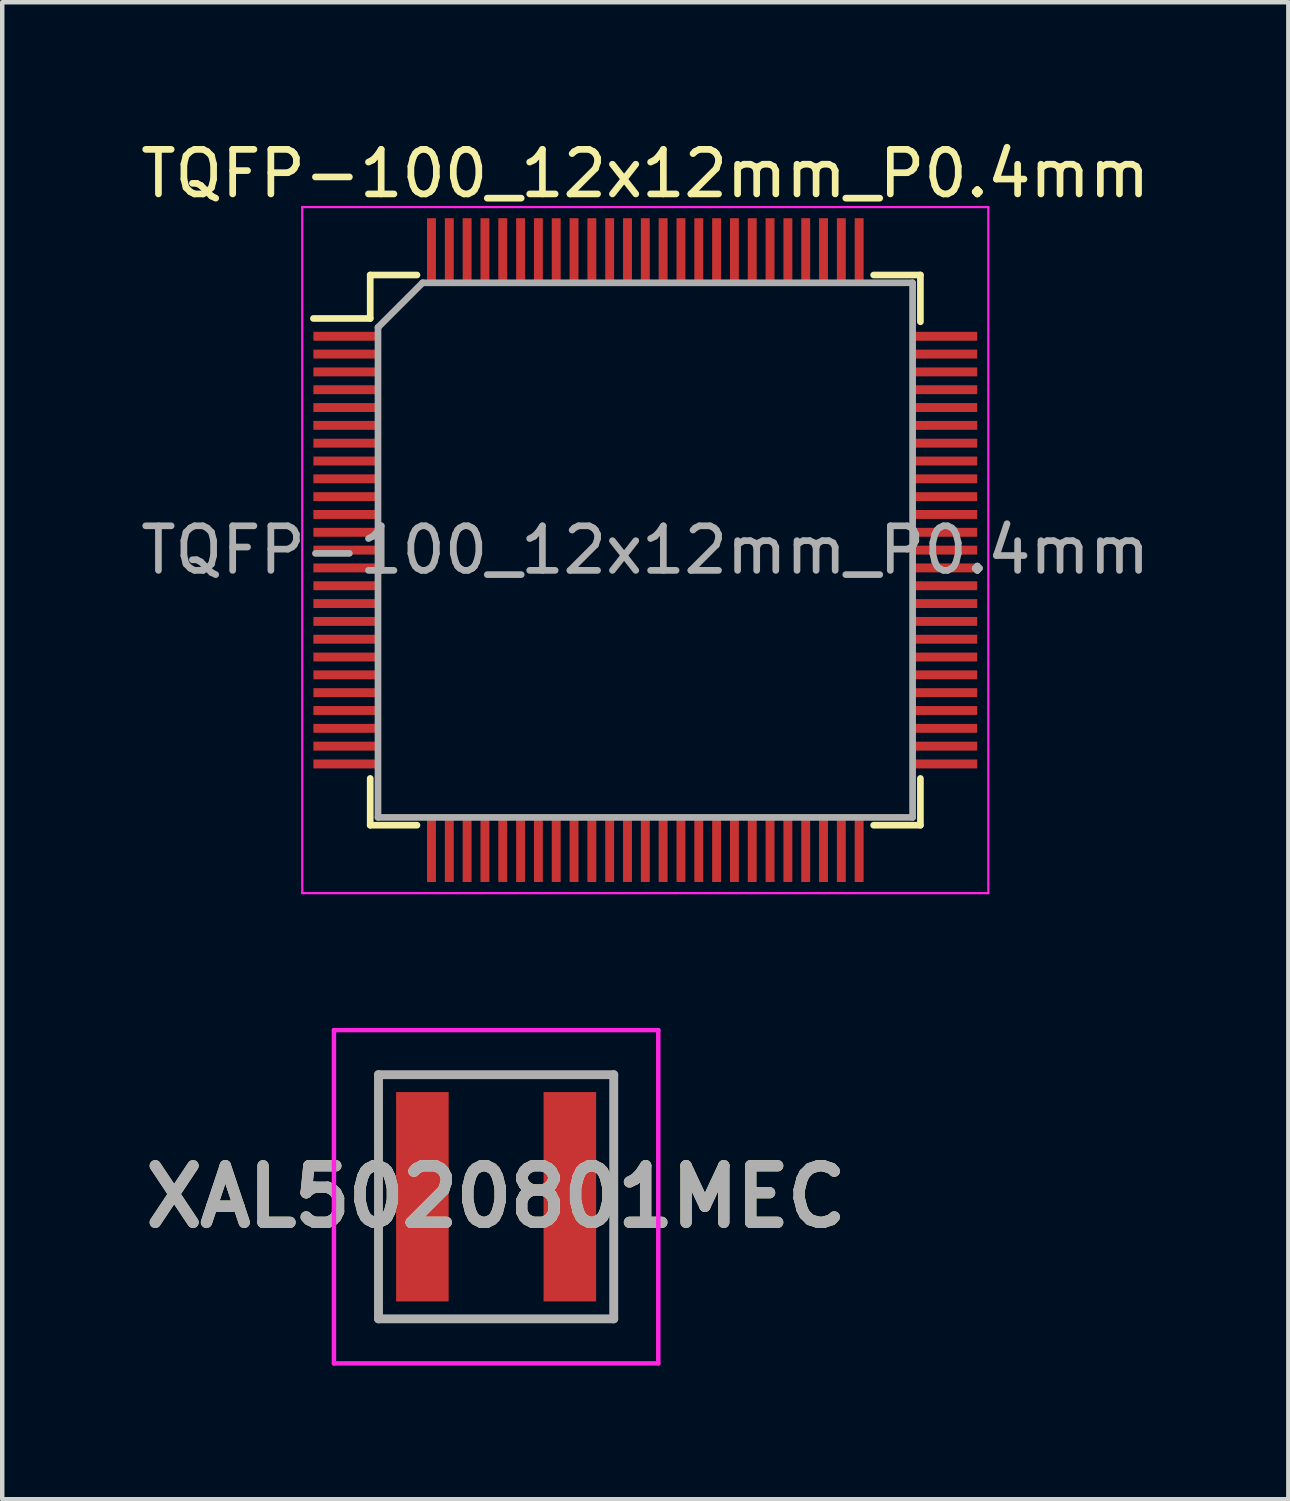
<source format=kicad_pcb>
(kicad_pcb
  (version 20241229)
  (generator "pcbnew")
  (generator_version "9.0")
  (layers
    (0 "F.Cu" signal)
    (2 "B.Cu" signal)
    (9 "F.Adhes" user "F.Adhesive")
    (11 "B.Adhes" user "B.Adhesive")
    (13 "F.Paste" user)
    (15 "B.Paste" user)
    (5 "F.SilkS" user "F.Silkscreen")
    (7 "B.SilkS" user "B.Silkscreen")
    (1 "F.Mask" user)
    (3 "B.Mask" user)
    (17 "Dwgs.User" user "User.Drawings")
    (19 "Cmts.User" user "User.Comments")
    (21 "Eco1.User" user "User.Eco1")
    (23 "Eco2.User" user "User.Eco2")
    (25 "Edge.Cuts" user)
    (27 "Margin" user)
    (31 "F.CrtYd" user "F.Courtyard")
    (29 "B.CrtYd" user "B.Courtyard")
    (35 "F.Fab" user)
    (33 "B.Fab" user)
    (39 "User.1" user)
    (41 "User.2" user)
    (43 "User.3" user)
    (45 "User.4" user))
  (footprint "TQFP-100_12x12mm_P0.4mm"
    (layer "F.Cu")
    (at 11.435 9.298)
    (property "Reference" "TQFP-100_12x12mm_P0.4mm" (at 0 -8.45 0) (layer "F.SilkS") (effects (font (size 1 1) (thickness 0.15))))
    (attr smd)
    (fp_line (start -6.175 -6.175) (end -6.175 -5.2) (stroke (width 0.15) (type solid)) (layer "F.SilkS"))
    (fp_line (start -6.175 -6.175) (end -5.125 -6.175) (stroke (width 0.15) (type solid)) (layer "F.SilkS"))
    (fp_line (start -6.175 -5.2) (end -7.45 -5.2) (stroke (width 0.15) (type solid)) (layer "F.SilkS"))
    (fp_line (start -6.175 6.175) (end -6.175 5.125) (stroke (width 0.15) (type solid)) (layer "F.SilkS"))
    (fp_line (start -6.175 6.175) (end -5.125 6.175) (stroke (width 0.15) (type solid)) (layer "F.SilkS"))
    (fp_line (start 6.175 -6.175) (end 5.125 -6.175) (stroke (width 0.15) (type solid)) (layer "F.SilkS"))
    (fp_line (start 6.175 -6.175) (end 6.175 -5.125) (stroke (width 0.15) (type solid)) (layer "F.SilkS"))
    (fp_line (start 6.175 6.175) (end 5.125 6.175) (stroke (width 0.15) (type solid)) (layer "F.SilkS"))
    (fp_line (start 6.175 6.175) (end 6.175 5.125) (stroke (width 0.15) (type solid)) (layer "F.SilkS"))
    (fp_line (start -7.7 -7.7) (end -7.7 7.7) (stroke (width 0.05) (type solid)) (layer "F.CrtYd"))
    (fp_line (start -7.7 -7.7) (end 7.7 -7.7) (stroke (width 0.05) (type solid)) (layer "F.CrtYd"))
    (fp_line (start -7.7 7.7) (end 7.7 7.7) (stroke (width 0.05) (type solid)) (layer "F.CrtYd"))
    (fp_line (start 7.7 -7.7) (end 7.7 7.7) (stroke (width 0.05) (type solid)) (layer "F.CrtYd"))
    (fp_line (start -6 -5) (end -5 -6) (stroke (width 0.15) (type solid)) (layer "F.Fab"))
    (fp_line (start -6 6) (end -6 -5) (stroke (width 0.15) (type solid)) (layer "F.Fab"))
    (fp_line (start -5 -6) (end 6 -6) (stroke (width 0.15) (type solid)) (layer "F.Fab"))
    (fp_line (start 6 -6) (end 6 6) (stroke (width 0.15) (type solid)) (layer "F.Fab"))
    (fp_line (start 6 6) (end -6 6) (stroke (width 0.15) (type solid)) (layer "F.Fab"))
    (fp_text user "${REFERENCE}" (at 0 0 0) (layer "F.Fab") (effects (font (size 1 1) (thickness 0.15))))
    (pad "1" smd rect (at -6.7 -4.8) (size 1.5 0.2) (layers "F.Cu" "F.Mask" "F.Paste"))
    (pad "2" smd rect (at -6.7 -4.4) (size 1.5 0.2) (layers "F.Cu" "F.Mask" "F.Paste"))
    (pad "3" smd rect (at -6.7 -4) (size 1.5 0.2) (layers "F.Cu" "F.Mask" "F.Paste"))
    (pad "4" smd rect (at -6.7 -3.6) (size 1.5 0.2) (layers "F.Cu" "F.Mask" "F.Paste"))
    (pad "5" smd rect (at -6.7 -3.2) (size 1.5 0.2) (layers "F.Cu" "F.Mask" "F.Paste"))
    (pad "6" smd rect (at -6.7 -2.8) (size 1.5 0.2) (layers "F.Cu" "F.Mask" "F.Paste"))
    (pad "7" smd rect (at -6.7 -2.4) (size 1.5 0.2) (layers "F.Cu" "F.Mask" "F.Paste"))
    (pad "8" smd rect (at -6.7 -2) (size 1.5 0.2) (layers "F.Cu" "F.Mask" "F.Paste"))
    (pad "9" smd rect (at -6.7 -1.6) (size 1.5 0.2) (layers "F.Cu" "F.Mask" "F.Paste"))
    (pad "10" smd rect (at -6.7 -1.2) (size 1.5 0.2) (layers "F.Cu" "F.Mask" "F.Paste"))
    (pad "11" smd rect (at -6.7 -0.8) (size 1.5 0.2) (layers "F.Cu" "F.Mask" "F.Paste"))
    (pad "12" smd rect (at -6.7 -0.4) (size 1.5 0.2) (layers "F.Cu" "F.Mask" "F.Paste"))
    (pad "13" smd rect (at -6.7 0) (size 1.5 0.2) (layers "F.Cu" "F.Mask" "F.Paste"))
    (pad "14" smd rect (at -6.7 0.4) (size 1.5 0.2) (layers "F.Cu" "F.Mask" "F.Paste"))
    (pad "15" smd rect (at -6.7 0.8) (size 1.5 0.2) (layers "F.Cu" "F.Mask" "F.Paste"))
    (pad "16" smd rect (at -6.7 1.2) (size 1.5 0.2) (layers "F.Cu" "F.Mask" "F.Paste"))
    (pad "17" smd rect (at -6.7 1.6) (size 1.5 0.2) (layers "F.Cu" "F.Mask" "F.Paste"))
    (pad "18" smd rect (at -6.7 2) (size 1.5 0.2) (layers "F.Cu" "F.Mask" "F.Paste"))
    (pad "19" smd rect (at -6.7 2.4) (size 1.5 0.2) (layers "F.Cu" "F.Mask" "F.Paste"))
    (pad "20" smd rect (at -6.7 2.8) (size 1.5 0.2) (layers "F.Cu" "F.Mask" "F.Paste"))
    (pad "21" smd rect (at -6.7 3.2) (size 1.5 0.2) (layers "F.Cu" "F.Mask" "F.Paste"))
    (pad "22" smd rect (at -6.7 3.6) (size 1.5 0.2) (layers "F.Cu" "F.Mask" "F.Paste"))
    (pad "23" smd rect (at -6.7 4) (size 1.5 0.2) (layers "F.Cu" "F.Mask" "F.Paste"))
    (pad "24" smd rect (at -6.7 4.4) (size 1.5 0.2) (layers "F.Cu" "F.Mask" "F.Paste"))
    (pad "25" smd rect (at -6.7 4.8) (size 1.5 0.2) (layers "F.Cu" "F.Mask" "F.Paste"))
    (pad "26" smd rect (at -4.8 6.7 90) (size 1.5 0.2) (layers "F.Cu" "F.Mask" "F.Paste"))
    (pad "27" smd rect (at -4.4 6.7 90) (size 1.5 0.2) (layers "F.Cu" "F.Mask" "F.Paste"))
    (pad "28" smd rect (at -4 6.7 90) (size 1.5 0.2) (layers "F.Cu" "F.Mask" "F.Paste"))
    (pad "29" smd rect (at -3.6 6.7 90) (size 1.5 0.2) (layers "F.Cu" "F.Mask" "F.Paste"))
    (pad "30" smd rect (at -3.2 6.7 90) (size 1.5 0.2) (layers "F.Cu" "F.Mask" "F.Paste"))
    (pad "31" smd rect (at -2.8 6.7 90) (size 1.5 0.2) (layers "F.Cu" "F.Mask" "F.Paste"))
    (pad "32" smd rect (at -2.4 6.7 90) (size 1.5 0.2) (layers "F.Cu" "F.Mask" "F.Paste"))
    (pad "33" smd rect (at -2 6.7 90) (size 1.5 0.2) (layers "F.Cu" "F.Mask" "F.Paste"))
    (pad "34" smd rect (at -1.6 6.7 90) (size 1.5 0.2) (layers "F.Cu" "F.Mask" "F.Paste"))
    (pad "35" smd rect (at -1.2 6.7 90) (size 1.5 0.2) (layers "F.Cu" "F.Mask" "F.Paste"))
    (pad "36" smd rect (at -0.8 6.7 90) (size 1.5 0.2) (layers "F.Cu" "F.Mask" "F.Paste"))
    (pad "37" smd rect (at -0.4 6.7 90) (size 1.5 0.2) (layers "F.Cu" "F.Mask" "F.Paste"))
    (pad "38" smd rect (at 0 6.7 90) (size 1.5 0.2) (layers "F.Cu" "F.Mask" "F.Paste"))
    (pad "39" smd rect (at 0.4 6.7 90) (size 1.5 0.2) (layers "F.Cu" "F.Mask" "F.Paste"))
    (pad "40" smd rect (at 0.8 6.7 90) (size 1.5 0.2) (layers "F.Cu" "F.Mask" "F.Paste"))
    (pad "41" smd rect (at 1.2 6.7 90) (size 1.5 0.2) (layers "F.Cu" "F.Mask" "F.Paste"))
    (pad "42" smd rect (at 1.6 6.7 90) (size 1.5 0.2) (layers "F.Cu" "F.Mask" "F.Paste"))
    (pad "43" smd rect (at 2 6.7 90) (size 1.5 0.2) (layers "F.Cu" "F.Mask" "F.Paste"))
    (pad "44" smd rect (at 2.4 6.7 90) (size 1.5 0.2) (layers "F.Cu" "F.Mask" "F.Paste"))
    (pad "45" smd rect (at 2.8 6.7 90) (size 1.5 0.2) (layers "F.Cu" "F.Mask" "F.Paste"))
    (pad "46" smd rect (at 3.2 6.7 90) (size 1.5 0.2) (layers "F.Cu" "F.Mask" "F.Paste"))
    (pad "47" smd rect (at 3.6 6.7 90) (size 1.5 0.2) (layers "F.Cu" "F.Mask" "F.Paste"))
    (pad "48" smd rect (at 4 6.7 90) (size 1.5 0.2) (layers "F.Cu" "F.Mask" "F.Paste"))
    (pad "49" smd rect (at 4.4 6.7 90) (size 1.5 0.2) (layers "F.Cu" "F.Mask" "F.Paste"))
    (pad "50" smd rect (at 4.8 6.7 90) (size 1.5 0.2) (layers "F.Cu" "F.Mask" "F.Paste"))
    (pad "51" smd rect (at 6.7 4.8) (size 1.5 0.2) (layers "F.Cu" "F.Mask" "F.Paste"))
    (pad "52" smd rect (at 6.7 4.4) (size 1.5 0.2) (layers "F.Cu" "F.Mask" "F.Paste"))
    (pad "53" smd rect (at 6.7 4) (size 1.5 0.2) (layers "F.Cu" "F.Mask" "F.Paste"))
    (pad "54" smd rect (at 6.7 3.6) (size 1.5 0.2) (layers "F.Cu" "F.Mask" "F.Paste"))
    (pad "55" smd rect (at 6.7 3.2) (size 1.5 0.2) (layers "F.Cu" "F.Mask" "F.Paste"))
    (pad "56" smd rect (at 6.7 2.8) (size 1.5 0.2) (layers "F.Cu" "F.Mask" "F.Paste"))
    (pad "57" smd rect (at 6.7 2.4) (size 1.5 0.2) (layers "F.Cu" "F.Mask" "F.Paste"))
    (pad "58" smd rect (at 6.7 2) (size 1.5 0.2) (layers "F.Cu" "F.Mask" "F.Paste"))
    (pad "59" smd rect (at 6.7 1.6) (size 1.5 0.2) (layers "F.Cu" "F.Mask" "F.Paste"))
    (pad "60" smd rect (at 6.7 1.2) (size 1.5 0.2) (layers "F.Cu" "F.Mask" "F.Paste"))
    (pad "61" smd rect (at 6.7 0.8) (size 1.5 0.2) (layers "F.Cu" "F.Mask" "F.Paste"))
    (pad "62" smd rect (at 6.7 0.4) (size 1.5 0.2) (layers "F.Cu" "F.Mask" "F.Paste"))
    (pad "63" smd rect (at 6.7 0) (size 1.5 0.2) (layers "F.Cu" "F.Mask" "F.Paste"))
    (pad "64" smd rect (at 6.7 -0.4) (size 1.5 0.2) (layers "F.Cu" "F.Mask" "F.Paste"))
    (pad "65" smd rect (at 6.7 -0.8) (size 1.5 0.2) (layers "F.Cu" "F.Mask" "F.Paste"))
    (pad "66" smd rect (at 6.7 -1.2) (size 1.5 0.2) (layers "F.Cu" "F.Mask" "F.Paste"))
    (pad "67" smd rect (at 6.7 -1.6) (size 1.5 0.2) (layers "F.Cu" "F.Mask" "F.Paste"))
    (pad "68" smd rect (at 6.7 -2) (size 1.5 0.2) (layers "F.Cu" "F.Mask" "F.Paste"))
    (pad "69" smd rect (at 6.7 -2.4) (size 1.5 0.2) (layers "F.Cu" "F.Mask" "F.Paste"))
    (pad "70" smd rect (at 6.7 -2.8) (size 1.5 0.2) (layers "F.Cu" "F.Mask" "F.Paste"))
    (pad "71" smd rect (at 6.7 -3.2) (size 1.5 0.2) (layers "F.Cu" "F.Mask" "F.Paste"))
    (pad "72" smd rect (at 6.7 -3.6) (size 1.5 0.2) (layers "F.Cu" "F.Mask" "F.Paste"))
    (pad "73" smd rect (at 6.7 -4) (size 1.5 0.2) (layers "F.Cu" "F.Mask" "F.Paste"))
    (pad "74" smd rect (at 6.7 -4.4) (size 1.5 0.2) (layers "F.Cu" "F.Mask" "F.Paste"))
    (pad "75" smd rect (at 6.7 -4.8) (size 1.5 0.2) (layers "F.Cu" "F.Mask" "F.Paste"))
    (pad "76" smd rect (at 4.8 -6.7 90) (size 1.5 0.2) (layers "F.Cu" "F.Mask" "F.Paste"))
    (pad "77" smd rect (at 4.4 -6.7 90) (size 1.5 0.2) (layers "F.Cu" "F.Mask" "F.Paste"))
    (pad "78" smd rect (at 4 -6.7 90) (size 1.5 0.2) (layers "F.Cu" "F.Mask" "F.Paste"))
    (pad "79" smd rect (at 3.6 -6.7 90) (size 1.5 0.2) (layers "F.Cu" "F.Mask" "F.Paste"))
    (pad "80" smd rect (at 3.2 -6.7 90) (size 1.5 0.2) (layers "F.Cu" "F.Mask" "F.Paste"))
    (pad "81" smd rect (at 2.8 -6.7 90) (size 1.5 0.2) (layers "F.Cu" "F.Mask" "F.Paste"))
    (pad "82" smd rect (at 2.4 -6.7 90) (size 1.5 0.2) (layers "F.Cu" "F.Mask" "F.Paste"))
    (pad "83" smd rect (at 2 -6.7 90) (size 1.5 0.2) (layers "F.Cu" "F.Mask" "F.Paste"))
    (pad "84" smd rect (at 1.6 -6.7 90) (size 1.5 0.2) (layers "F.Cu" "F.Mask" "F.Paste"))
    (pad "85" smd rect (at 1.2 -6.7 90) (size 1.5 0.2) (layers "F.Cu" "F.Mask" "F.Paste"))
    (pad "86" smd rect (at 0.8 -6.7 90) (size 1.5 0.2) (layers "F.Cu" "F.Mask" "F.Paste"))
    (pad "87" smd rect (at 0.4 -6.7 90) (size 1.5 0.2) (layers "F.Cu" "F.Mask" "F.Paste"))
    (pad "88" smd rect (at 0 -6.7 90) (size 1.5 0.2) (layers "F.Cu" "F.Mask" "F.Paste"))
    (pad "89" smd rect (at -0.4 -6.7 90) (size 1.5 0.2) (layers "F.Cu" "F.Mask" "F.Paste"))
    (pad "90" smd rect (at -0.8 -6.7 90) (size 1.5 0.2) (layers "F.Cu" "F.Mask" "F.Paste"))
    (pad "91" smd rect (at -1.2 -6.7 90) (size 1.5 0.2) (layers "F.Cu" "F.Mask" "F.Paste"))
    (pad "92" smd rect (at -1.6 -6.7 90) (size 1.5 0.2) (layers "F.Cu" "F.Mask" "F.Paste"))
    (pad "93" smd rect (at -2 -6.7 90) (size 1.5 0.2) (layers "F.Cu" "F.Mask" "F.Paste"))
    (pad "94" smd rect (at -2.4 -6.7 90) (size 1.5 0.2) (layers "F.Cu" "F.Mask" "F.Paste"))
    (pad "95" smd rect (at -2.8 -6.7 90) (size 1.5 0.2) (layers "F.Cu" "F.Mask" "F.Paste"))
    (pad "96" smd rect (at -3.2 -6.7 90) (size 1.5 0.2) (layers "F.Cu" "F.Mask" "F.Paste"))
    (pad "97" smd rect (at -3.6 -6.7 90) (size 1.5 0.2) (layers "F.Cu" "F.Mask" "F.Paste"))
    (pad "98" smd rect (at -4 -6.7 90) (size 1.5 0.2) (layers "F.Cu" "F.Mask" "F.Paste"))
    (pad "99" smd rect (at -4.4 -6.7 90) (size 1.5 0.2) (layers "F.Cu" "F.Mask" "F.Paste"))
    (pad "100" smd rect (at -4.8 -6.7 90) (size 1.5 0.2) (layers "F.Cu" "F.Mask" "F.Paste")))
  (footprint "XAL5020801MEC"
    (layer "F.Cu")
    (at 8.086 23.813)
    (property "Reference" "XAL5020801MEC" (at 0 0 0) (layer "F.SilkS") (effects (font (size 1.27 1.27) (thickness 0.254))))
    (attr smd)
    (fp_line (start -2.64 -2.74) (end 2.64 -2.74) (stroke (width 0.1) (type solid)) (layer "F.SilkS"))
    (fp_line (start -2.64 2.74) (end -2.64 -2.74) (stroke (width 0.1) (type solid)) (layer "F.SilkS"))
    (fp_line (start 2.64 -2.74) (end 2.64 2.74) (stroke (width 0.1) (type solid)) (layer "F.SilkS"))
    (fp_line (start 2.64 2.74) (end -2.64 2.74) (stroke (width 0.1) (type solid)) (layer "F.SilkS"))
    (fp_line (start -3.64 -3.74) (end 3.64 -3.74) (stroke (width 0.1) (type solid)) (layer "F.CrtYd"))
    (fp_line (start -3.64 3.74) (end -3.64 -3.74) (stroke (width 0.1) (type solid)) (layer "F.CrtYd"))
    (fp_line (start 3.64 -3.74) (end 3.64 3.74) (stroke (width 0.1) (type solid)) (layer "F.CrtYd"))
    (fp_line (start 3.64 3.74) (end -3.64 3.74) (stroke (width 0.1) (type solid)) (layer "F.CrtYd"))
    (fp_line (start -2.64 -2.74) (end 2.64 -2.74) (stroke (width 0.2) (type solid)) (layer "F.Fab"))
    (fp_line (start -2.64 2.74) (end -2.64 -2.74) (stroke (width 0.2) (type solid)) (layer "F.Fab"))
    (fp_line (start 2.64 -2.74) (end 2.64 2.74) (stroke (width 0.2) (type solid)) (layer "F.Fab"))
    (fp_line (start 2.64 2.74) (end -2.64 2.74) (stroke (width 0.2) (type solid)) (layer "F.Fab"))
    (fp_text user "${REFERENCE}" (at 0 0 0) (layer "F.Fab") (effects (font (size 1.27 1.27) (thickness 0.254))))
    (pad "1" smd rect (at -1.655 0) (size 1.18 4.7) (layers "F.Cu" "F.Mask" "F.Paste"))
    (pad "2" smd rect (at 1.655 0) (size 1.18 4.7) (layers "F.Cu" "F.Mask" "F.Paste")))
  (gr_rect
    (start -3 -3)
    (end 25.869 30.603)
    (stroke (width 0.1) (type default))
    (fill no)
    (layer "Edge.Cuts")))
</source>
